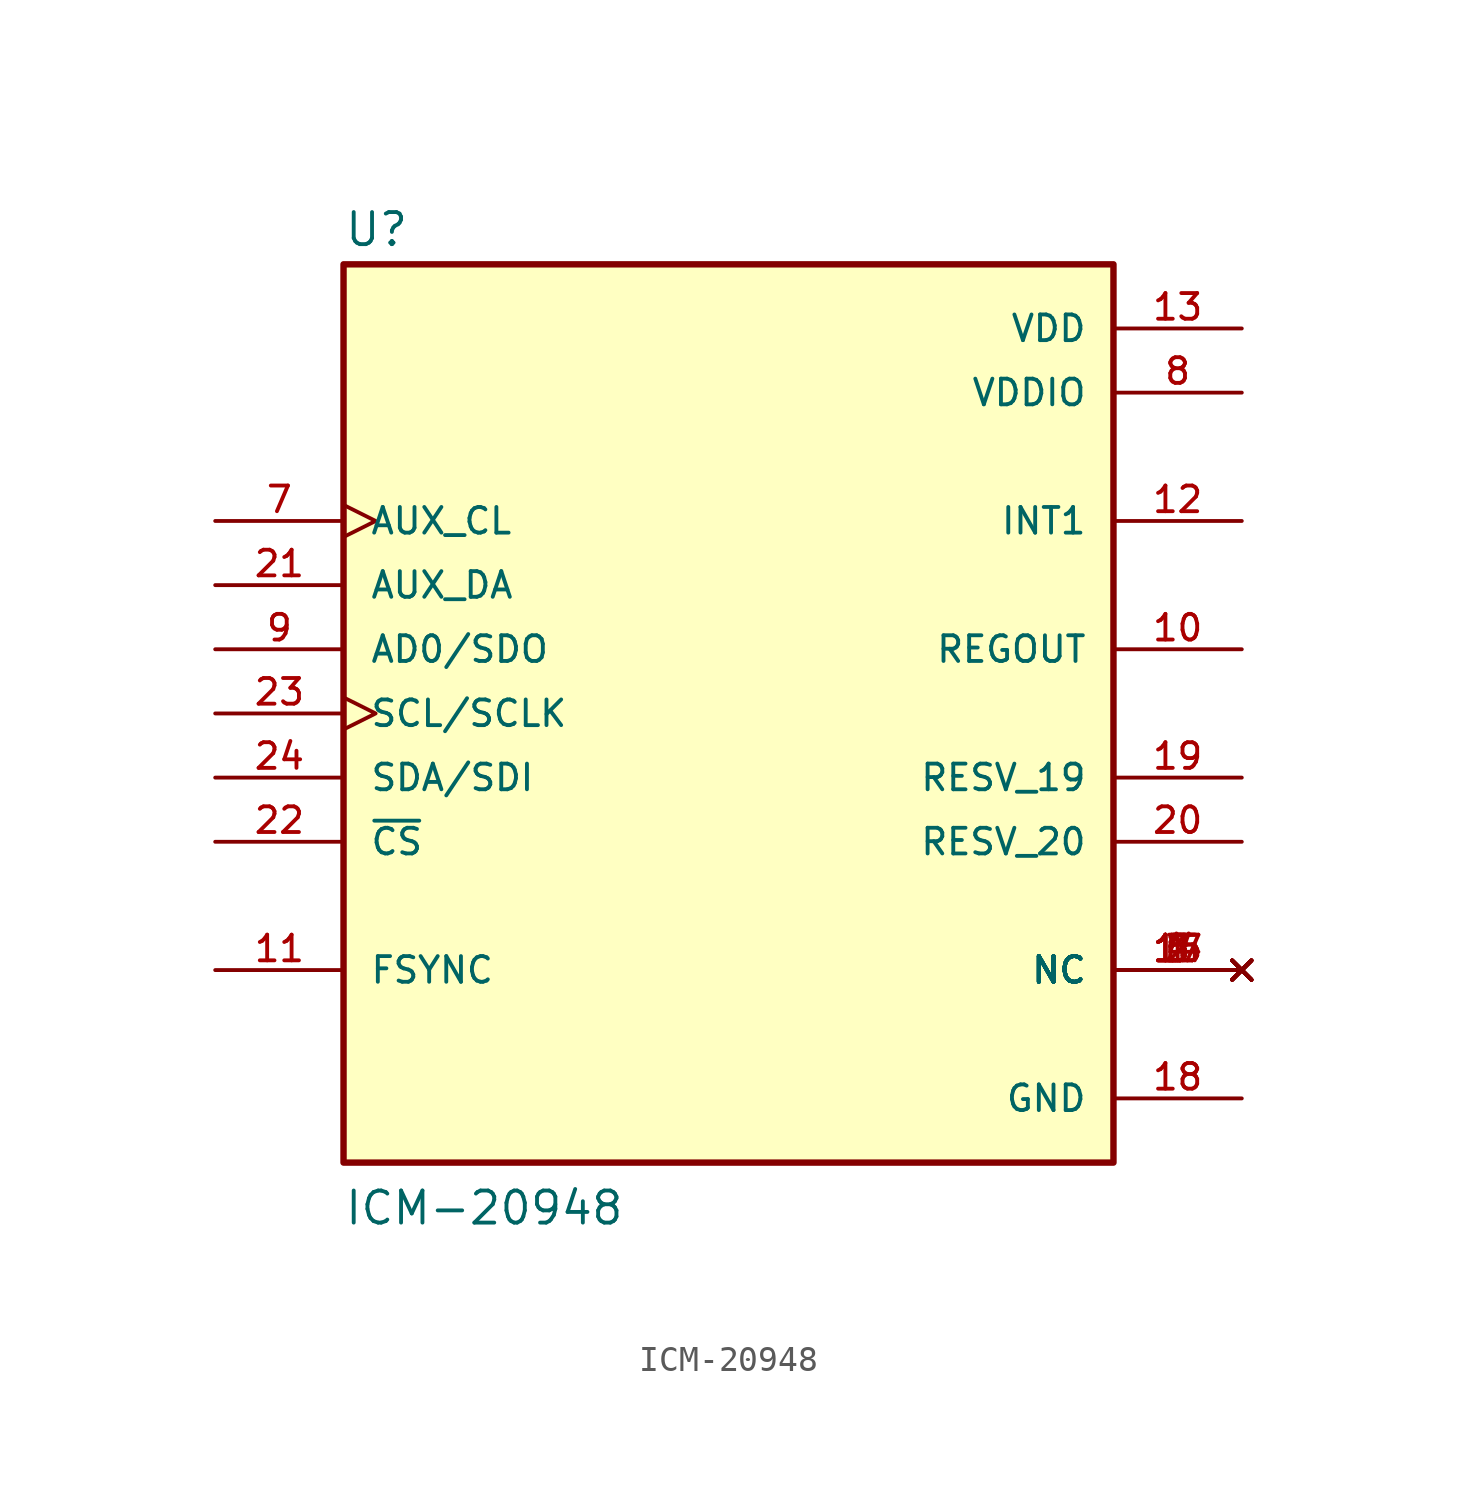
<source format=kicad_sym>
(kicad_symbol_lib
  (version 20211014)
  (generator kicad_symbol_editor)
  (symbol "ICM-20948"
    (pin_names
      (offset 1.016))
    (property "Reference" "U"
      (at -15.24 18.415 0)
      (effects (font (size 1.27 1.27)) (justify bottom left)))
    (property "Value" "ICM-20948"
      (at -15.24 -20.32 0)
      (effects (font (size 1.27 1.27)) (justify bottom left)))
    (symbol "ICM-20948_0_0"
      (rectangle (start -15.24 -17.78) (end 15.24 17.78) (stroke (width 0.254)) (fill (type background)))
      (pin input line (at -20.32 -10.16 0) (length 5.08) (name "FSYNC" (effects (font (size 1.016 1.016)))) (number "11" (effects (font (size 1.016 1.016)))))
      (pin power_in line (at 20.32 12.7 180.0) (length 5.08) (name "VDDIO" (effects (font (size 1.016 1.016)))) (number "8" (effects (font (size 1.016 1.016)))))
      (pin output line (at 20.32 7.62 180.0) (length 5.08) (name "INT1" (effects (font (size 1.016 1.016)))) (number "12" (effects (font (size 1.016 1.016)))))
      (pin bidirectional line (at -20.32 2.54 0) (length 5.08) (name "AD0/SDO" (effects (font (size 1.016 1.016)))) (number "9" (effects (font (size 1.016 1.016)))))
      (pin output line (at 20.32 2.54 180.0) (length 5.08) (name "REGOUT" (effects (font (size 1.016 1.016)))) (number "10" (effects (font (size 1.016 1.016)))))
      (pin power_in line (at 20.32 15.24 180.0) (length 5.08) (name "VDD" (effects (font (size 1.016 1.016)))) (number "13" (effects (font (size 1.016 1.016)))))
      (pin power_in line (at 20.32 -15.24 180.0) (length 5.08) (name "GND" (effects (font (size 1.016 1.016)))) (number "18" (effects (font (size 1.016 1.016)))))
      (pin passive line (at 20.32 -2.54 180.0) (length 5.08) (name "RESV_19" (effects (font (size 1.016 1.016)))) (number "19" (effects (font (size 1.016 1.016)))))
      (pin passive line (at 20.32 -5.08 180.0) (length 5.08) (name "RESV_20" (effects (font (size 1.016 1.016)))) (number "20" (effects (font (size 1.016 1.016)))))
      (pin bidirectional line (at -20.32 5.08 0) (length 5.08) (name "AUX_DA" (effects (font (size 1.016 1.016)))) (number "21" (effects (font (size 1.016 1.016)))))
      (pin input clock (at -20.32 0.0 0) (length 5.08) (name "SCL/SCLK" (effects (font (size 1.016 1.016)))) (number "23" (effects (font (size 1.016 1.016)))))
      (pin input line (at -20.32 -5.08 0) (length 5.08) (name "~{CS}" (effects (font (size 1.016 1.016)))) (number "22" (effects (font (size 1.016 1.016)))))
      (pin bidirectional line (at -20.32 -2.54 0) (length 5.08) (name "SDA/SDI" (effects (font (size 1.016 1.016)))) (number "24" (effects (font (size 1.016 1.016)))))
      (pin input clock (at -20.32 7.62 0) (length 5.08) (name "AUX_CL" (effects (font (size 1.016 1.016)))) (number "7" (effects (font (size 1.016 1.016)))))
      (pin no_connect line (at 20.32 -10.16 180.0) (length 5.08) (name "NC" (effects (font (size 1.016 1.016)))) (number "1" (effects (font (size 1.016 1.016)))))
      (pin no_connect line (at 20.32 -10.16 180.0) (length 5.08) (name "NC" (effects (font (size 1.016 1.016)))) (number "2" (effects (font (size 1.016 1.016)))))
      (pin no_connect line (at 20.32 -10.16 180.0) (length 5.08) (name "NC" (effects (font (size 1.016 1.016)))) (number "3" (effects (font (size 1.016 1.016)))))
      (pin no_connect line (at 20.32 -10.16 180.0) (length 5.08) (name "NC" (effects (font (size 1.016 1.016)))) (number "4" (effects (font (size 1.016 1.016)))))
      (pin no_connect line (at 20.32 -10.16 180.0) (length 5.08) (name "NC" (effects (font (size 1.016 1.016)))) (number "5" (effects (font (size 1.016 1.016)))))
      (pin no_connect line (at 20.32 -10.16 180.0) (length 5.08) (name "NC" (effects (font (size 1.016 1.016)))) (number "6" (effects (font (size 1.016 1.016)))))
      (pin no_connect line (at 20.32 -10.16 180.0) (length 5.08) (name "NC" (effects (font (size 1.016 1.016)))) (number "14" (effects (font (size 1.016 1.016)))))
      (pin no_connect line (at 20.32 -10.16 180.0) (length 5.08) (name "NC" (effects (font (size 1.016 1.016)))) (number "15" (effects (font (size 1.016 1.016)))))
      (pin no_connect line (at 20.32 -10.16 180.0) (length 5.08) (name "NC" (effects (font (size 1.016 1.016)))) (number "16" (effects (font (size 1.016 1.016)))))
      (pin no_connect line (at 20.32 -10.16 180.0) (length 5.08) (name "NC" (effects (font (size 1.016 1.016)))) (number "17" (effects (font (size 1.016 1.016))))))))
</source>
